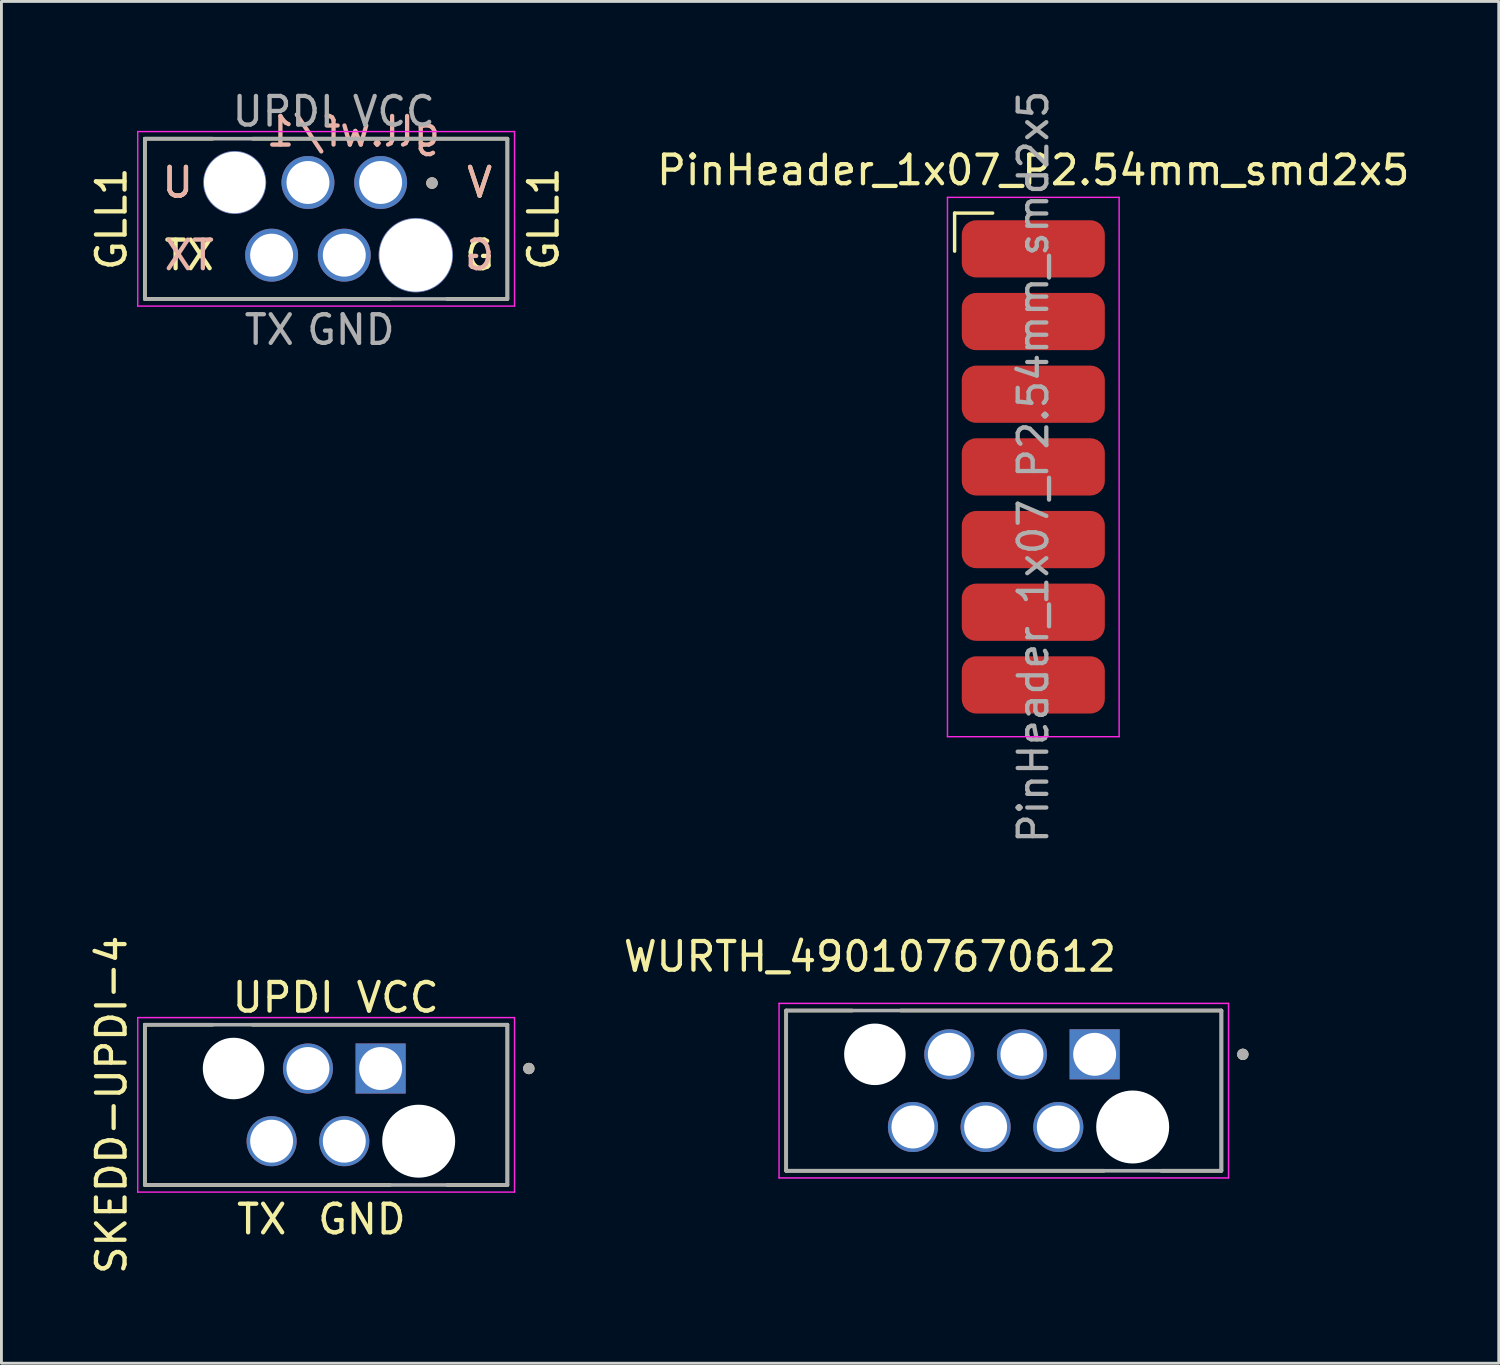
<source format=kicad_pcb>
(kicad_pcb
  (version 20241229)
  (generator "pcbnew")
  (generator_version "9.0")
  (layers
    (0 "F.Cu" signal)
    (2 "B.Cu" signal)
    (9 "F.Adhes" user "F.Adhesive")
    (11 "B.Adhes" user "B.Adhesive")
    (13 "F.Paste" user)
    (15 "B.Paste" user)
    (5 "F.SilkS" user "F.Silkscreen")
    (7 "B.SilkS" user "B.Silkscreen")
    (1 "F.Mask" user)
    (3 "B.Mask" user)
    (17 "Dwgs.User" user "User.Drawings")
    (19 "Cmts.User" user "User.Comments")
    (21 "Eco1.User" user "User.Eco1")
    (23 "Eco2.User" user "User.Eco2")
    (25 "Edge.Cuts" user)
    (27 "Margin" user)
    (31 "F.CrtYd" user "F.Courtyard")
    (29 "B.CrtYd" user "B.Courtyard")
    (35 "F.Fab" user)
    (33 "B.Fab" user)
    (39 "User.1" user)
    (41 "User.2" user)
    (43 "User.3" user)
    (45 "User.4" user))
  (footprint "SKEDD-UPDI-4"
    (layer "F.Cu")
    (at 8.348 35.565)
    (property "Reference" "SKEDD-UPDI-4" (at -7.5 0 270) (layer "F.SilkS") (effects (font (size 1 1) (thickness 0.15))))
    (attr through_hole)
    (fp_line (start -6.335 -2.8) (end -3.97 -2.8) (stroke (width 0.127) (type solid)) (layer "F.SilkS"))
    (fp_line (start -6.335 2.8) (end -6.335 -2.8) (stroke (width 0.127) (type solid)) (layer "F.SilkS"))
    (fp_line (start -2.57 -2.8) (end 6.335 -2.8) (stroke (width 0.127) (type solid)) (layer "F.SilkS"))
    (fp_line (start 2.23 2.8) (end -6.335 2.8) (stroke (width 0.127) (type solid)) (layer "F.SilkS"))
    (fp_line (start 6.335 -2.8) (end 6.335 2.8) (stroke (width 0.127) (type solid)) (layer "F.SilkS"))
    (fp_line (start 6.335 2.8) (end 4.23 2.8) (stroke (width 0.127) (type solid)) (layer "F.SilkS"))
    (fp_circle (center 7.085 -1.27) (end 7.185 -1.27) (stroke (width 0.2) (type solid)) (fill no) (layer "F.SilkS"))
    (fp_line (start -6.585 -3.05) (end -6.585 3.05) (stroke (width 0.05) (type solid)) (layer "F.CrtYd"))
    (fp_line (start -6.585 3.05) (end 6.585 3.05) (stroke (width 0.05) (type solid)) (layer "F.CrtYd"))
    (fp_line (start 6.585 -3.05) (end -6.585 -3.05) (stroke (width 0.05) (type solid)) (layer "F.CrtYd"))
    (fp_line (start 6.585 3.05) (end 6.585 -3.05) (stroke (width 0.05) (type solid)) (layer "F.CrtYd"))
    (fp_line (start -6.335 -2.8) (end 6.335 -2.8) (stroke (width 0.127) (type solid)) (layer "F.Fab"))
    (fp_line (start -6.335 2.8) (end -6.335 -2.8) (stroke (width 0.127) (type solid)) (layer "F.Fab"))
    (fp_line (start 6.335 -2.8) (end 6.335 2.8) (stroke (width 0.127) (type solid)) (layer "F.Fab"))
    (fp_line (start 6.335 2.8) (end -6.335 2.8) (stroke (width 0.127) (type solid)) (layer "F.Fab"))
    (fp_circle (center 7.085 -1.27) (end 7.185 -1.27) (stroke (width 0.2) (type solid)) (fill no) (layer "F.Fab"))
    (fp_text user "GND" (at 1.25 4 0) (unlocked yes) (layer "F.SilkS") (effects (font (size 1 1) (thickness 0.15))))
    (fp_text user "TX" (at -2.25 4 0) (unlocked yes) (layer "F.SilkS") (effects (font (size 1 1) (thickness 0.15))))
    (fp_text user "VCC" (at 2.5 -3.75 0) (unlocked yes) (layer "F.SilkS") (effects (font (size 1 1) (thickness 0.15))))
    (fp_text user "UPDI" (at -1.5 -3.75 0) (unlocked yes) (layer "F.SilkS") (effects (font (size 1 1) (thickness 0.15))))
    (pad "" np_thru_hole circle (at -3.235 -1.27) (size 2.15 2.15) (drill 2.15) (layers "*.Cu" "*.Mask"))
    (pad "" np_thru_hole circle (at 3.235 1.27) (size 2.55 2.55) (drill 2.55) (layers "*.Cu" "*.Mask"))
    (pad "1" thru_hole rect (at 1.905 -1.27) (size 1.75 1.75) (drill 1.5) (layers "*.Cu" "*.Mask"))
    (pad "2" thru_hole circle (at 0.635 1.27) (size 1.75 1.75) (drill 1.5) (layers "*.Cu" "*.Mask"))
    (pad "3" thru_hole circle (at -0.635 -1.27) (size 1.75 1.75) (drill 1.5) (layers "*.Cu" "*.Mask"))
    (pad "4" thru_hole circle (at -1.905 1.27) (size 1.75 1.75) (drill 1.5) (layers "*.Cu" "*.Mask")))
  (footprint "GLL1"
    (layer "F.Cu")
    (at 7.713 3.328)
    (property "Reference" "GLL1" (at -6.865 1.27 270) (layer "F.SilkS") (effects (font (size 1 1) (thickness 0.15))))
    (attr through_hole)
    (fp_line (start -5.7 -1.53) (end -3.335 -1.53) (stroke (width 0.127) (type solid)) (layer "F.SilkS"))
    (fp_line (start -5.7 4.07) (end -5.7 -1.53) (stroke (width 0.127) (type solid)) (layer "F.SilkS"))
    (fp_line (start -1.935 -1.53) (end 6.97 -1.53) (stroke (width 0.127) (type solid)) (layer "F.SilkS"))
    (fp_line (start 2.865 4.07) (end -5.7 4.07) (stroke (width 0.127) (type solid)) (layer "F.SilkS"))
    (fp_line (start 6.97 -1.53) (end 6.97 4.07) (stroke (width 0.127) (type solid)) (layer "F.SilkS"))
    (fp_line (start 6.97 4.07) (end 4.865 4.07) (stroke (width 0.127) (type solid)) (layer "F.SilkS"))
    (fp_circle (center 4.335 0.02) (end 4.435 0.02) (stroke (width 0.2) (type solid)) (fill no) (layer "F.SilkS"))
    (fp_circle (center 4.335 0.02) (end 4.435 0.02) (stroke (width 0.2) (type solid)) (fill no) (layer "B.SilkS"))
    (fp_line (start -5.95 -1.78) (end -5.95 4.32) (stroke (width 0.05) (type solid)) (layer "F.CrtYd"))
    (fp_line (start -5.95 4.32) (end 7.22 4.32) (stroke (width 0.05) (type solid)) (layer "F.CrtYd"))
    (fp_line (start 7.22 -1.78) (end -5.95 -1.78) (stroke (width 0.05) (type solid)) (layer "F.CrtYd"))
    (fp_line (start 7.22 4.32) (end 7.22 -1.78) (stroke (width 0.05) (type solid)) (layer "F.CrtYd"))
    (fp_line (start -5.7 -1.53) (end 6.97 -1.53) (stroke (width 0.127) (type solid)) (layer "F.Fab"))
    (fp_line (start -5.7 4.07) (end -5.7 -1.53) (stroke (width 0.127) (type solid)) (layer "F.Fab"))
    (fp_line (start 6.97 -1.53) (end 6.97 4.07) (stroke (width 0.127) (type solid)) (layer "F.Fab"))
    (fp_line (start 6.97 4.07) (end -5.7 4.07) (stroke (width 0.127) (type solid)) (layer "F.Fab"))
    (fp_circle (center 4.335 0.02) (end 4.435 0.02) (stroke (width 0.2) (type solid)) (fill no) (layer "F.Fab"))
    (fp_text user "V" (at 6 0 0) (unlocked yes) (layer "F.SilkS") (effects (font (size 1 1) (thickness 0.15))))
    (fp_text user "GLL1" (at 8.235 1.27 90) (unlocked yes) (layer "F.SilkS") (effects (font (size 1 1) (thickness 0.15))))
    (fp_text user "TX" (at -4.15 2.54 0) (unlocked yes) (layer "F.SilkS") (effects (font (size 1 1) (thickness 0.15))))
    (fp_text user "U" (at -4.55 0 0) (unlocked yes) (layer "F.SilkS") (effects (font (size 1 1) (thickness 0.15))))
    (fp_text user "G" (at 6 2.54 0) (unlocked yes) (layer "F.SilkS") (effects (font (size 1 1) (thickness 0.15))))
    (fp_text user "G" (at 6 2.54 0) (unlocked yes) (layer "B.SilkS") (effects (font (size 1 1) (thickness 0.15)) (justify mirror)))
    (fp_text user "TX" (at -4.15 2.54 0) (unlocked yes) (layer "B.SilkS") (effects (font (size 1 1) (thickness 0.15)) (justify mirror)))
    (fp_text user "V" (at 6 0 0) (unlocked yes) (layer "B.SilkS") (effects (font (size 1 1) (thickness 0.15)) (justify mirror)))
    (fp_text user "gll.wf/1" (at 1.585 -1.78 0) (unlocked yes) (layer "B.SilkS") (effects (font (size 1 1) (thickness 0.15)) (justify mirror)))
    (fp_text user "U" (at -4.55 0 0) (unlocked yes) (layer "B.SilkS") (effects (font (size 1 1) (thickness 0.15)) (justify mirror)))
    (fp_text user "UPDI" (at -0.865 -2.48 0) (unlocked yes) (layer "F.Fab") (effects (font (size 1 1) (thickness 0.15))))
    (fp_text user "VCC" (at 3 -2.48 0) (unlocked yes) (layer "F.Fab") (effects (font (size 1 1) (thickness 0.15))))
    (fp_text user "TX" (at -1.35 5.15 0) (unlocked yes) (layer "F.Fab") (effects (font (size 1 1) (thickness 0.15))))
    (fp_text user "GND" (at 1.5 5.15 0) (unlocked yes) (layer "F.Fab") (effects (font (size 1 1) (thickness 0.15))))
    (pad "" np_thru_hole circle (at -2.56 0) (size 2.2 2.2) (drill 2.15) (layers "*.Cu" "*.Mask"))
    (pad "" np_thru_hole circle (at 3.77 2.54) (size 2.6 2.6) (drill 2.55) (layers "*.Cu" "*.Mask"))
    (pad "1" thru_hole circle (at 2.54 0) (size 1.85 1.85) (drill 1.5) (layers "*.Cu" "*.Mask"))
    (pad "2" thru_hole circle (at 1.27 2.54) (size 1.85 1.85) (drill 1.5) (layers "*.Cu" "*.Mask"))
    (pad "3" thru_hole circle (at 0 0) (size 1.85 1.85) (drill 1.5) (layers "*.Cu" "*.Mask"))
    (pad "4" thru_hole circle (at -1.27 2.54) (size 1.85 1.85) (drill 1.5) (layers "*.Cu" "*.Mask")))
  (footprint "PinHeader_1x07_P2.54mm_smd2x5"
    (layer "F.Cu")
    (at 33.064 5.648)
    (property "Reference" "PinHeader_1x07_P2.54mm_smd2x5" (at 0 -2.75 0) (layer "F.SilkS") (effects (font (size 1 1) (thickness 0.15))))
    (attr through_hole)
    (fp_line (start -2.75 -1.25) (end -1.42 -1.25) (stroke (width 0.12) (type solid)) (layer "F.SilkS"))
    (fp_line (start -2.75 0.08) (end -2.75 -1.25) (stroke (width 0.12) (type solid)) (layer "F.SilkS"))
    (fp_line (start -3 -1.8) (end -3 17.05) (stroke (width 0.05) (type solid)) (layer "F.CrtYd"))
    (fp_line (start -3 17.05) (end 3 17.05) (stroke (width 0.05) (type solid)) (layer "F.CrtYd"))
    (fp_line (start 3 -1.8) (end -3 -1.8) (stroke (width 0.05) (type solid)) (layer "F.CrtYd"))
    (fp_line (start 3 17.05) (end 3 -1.8) (stroke (width 0.05) (type solid)) (layer "F.CrtYd"))
    (fp_text user "${REFERENCE}" (at 0 7.62 90) (layer "F.Fab") (effects (font (size 1 1) (thickness 0.15))))
    (pad "1" smd roundrect (at 0 0) (size 5 2) (layers "F.Cu" "F.Mask" "F.Paste") (roundrect_rratio 0.25))
    (pad "2" smd roundrect (at 0 2.54) (size 5 2) (layers "F.Cu" "F.Mask" "F.Paste") (roundrect_rratio 0.25))
    (pad "3" smd roundrect (at 0 5.08) (size 5 2) (layers "F.Cu" "F.Mask" "F.Paste") (roundrect_rratio 0.25))
    (pad "4" smd roundrect (at 0 7.62) (size 5 2) (layers "F.Cu" "F.Mask" "F.Paste") (roundrect_rratio 0.25))
    (pad "5" smd roundrect (at 0 10.16) (size 5 2) (layers "F.Cu" "F.Mask" "F.Paste") (roundrect_rratio 0.25))
    (pad "6" smd roundrect (at 0 12.7) (size 5 2) (layers "F.Cu" "F.Mask" "F.Paste") (roundrect_rratio 0.25))
    (pad "7" smd roundrect (at 0 15.24) (size 5 2) (layers "F.Cu" "F.Mask" "F.Paste") (roundrect_rratio 0.25)))
  (footprint "WURTH_490107670612"
    (layer "F.Cu")
    (at 32.033 35.069)
    (property "Reference" "WURTH_490107670612" (at -4.68 -4.685 0) (layer "F.SilkS") (effects (font (size 1 1) (thickness 0.15))))
    (attr through_hole)
    (fp_line (start -7.605 -2.8) (end -5.3 -2.8) (stroke (width 0.127) (type solid)) (layer "F.SilkS"))
    (fp_line (start -7.605 2.8) (end -7.605 -2.8) (stroke (width 0.127) (type solid)) (layer "F.SilkS"))
    (fp_line (start -3.6 -2.8) (end 7.605 -2.8) (stroke (width 0.127) (type solid)) (layer "F.SilkS"))
    (fp_line (start 3.5 2.8) (end -7.605 2.8) (stroke (width 0.127) (type solid)) (layer "F.SilkS"))
    (fp_line (start 7.605 -2.8) (end 7.605 2.8) (stroke (width 0.127) (type solid)) (layer "F.SilkS"))
    (fp_line (start 7.605 2.8) (end 5.5 2.8) (stroke (width 0.127) (type solid)) (layer "F.SilkS"))
    (fp_circle (center 8.355 -1.27) (end 8.455 -1.27) (stroke (width 0.2) (type solid)) (fill no) (layer "F.SilkS"))
    (fp_line (start -7.855 -3.05) (end -7.855 3.05) (stroke (width 0.05) (type solid)) (layer "F.CrtYd"))
    (fp_line (start -7.855 3.05) (end 7.855 3.05) (stroke (width 0.05) (type solid)) (layer "F.CrtYd"))
    (fp_line (start 7.855 -3.05) (end -7.855 -3.05) (stroke (width 0.05) (type solid)) (layer "F.CrtYd"))
    (fp_line (start 7.855 3.05) (end 7.855 -3.05) (stroke (width 0.05) (type solid)) (layer "F.CrtYd"))
    (fp_line (start -7.605 -2.8) (end 7.605 -2.8) (stroke (width 0.127) (type solid)) (layer "F.Fab"))
    (fp_line (start -7.605 2.8) (end -7.605 -2.8) (stroke (width 0.127) (type solid)) (layer "F.Fab"))
    (fp_line (start 7.605 -2.8) (end 7.605 2.8) (stroke (width 0.127) (type solid)) (layer "F.Fab"))
    (fp_line (start 7.605 2.8) (end -7.605 2.8) (stroke (width 0.127) (type solid)) (layer "F.Fab"))
    (fp_circle (center 8.355 -1.27) (end 8.455 -1.27) (stroke (width 0.2) (type solid)) (fill no) (layer "F.Fab"))
    (pad "" np_thru_hole circle (at -4.505 -1.27) (size 2.15 2.15) (drill 2.15) (layers "*.Cu" "*.Mask"))
    (pad "" np_thru_hole circle (at 4.505 1.27) (size 2.55 2.55) (drill 2.55) (layers "*.Cu" "*.Mask"))
    (pad "1" thru_hole rect (at 3.175 -1.27) (size 1.75 1.75) (drill 1.5) (layers "*.Cu" "*.Mask"))
    (pad "2" thru_hole circle (at 1.905 1.27) (size 1.75 1.75) (drill 1.5) (layers "*.Cu" "*.Mask"))
    (pad "3" thru_hole circle (at 0.635 -1.27) (size 1.75 1.75) (drill 1.5) (layers "*.Cu" "*.Mask"))
    (pad "4" thru_hole circle (at -0.635 1.27) (size 1.75 1.75) (drill 1.5) (layers "*.Cu" "*.Mask"))
    (pad "5" thru_hole circle (at -1.905 -1.27) (size 1.75 1.75) (drill 1.5) (layers "*.Cu" "*.Mask"))
    (pad "6" thru_hole circle (at -3.175 1.27) (size 1.75 1.75) (drill 1.5) (layers "*.Cu" "*.Mask")))
  (gr_rect
    (start -3 -3)
    (end 49.332 44.595)
    (stroke (width 0.1) (type default))
    (fill no)
    (layer "Edge.Cuts")))
</source>
